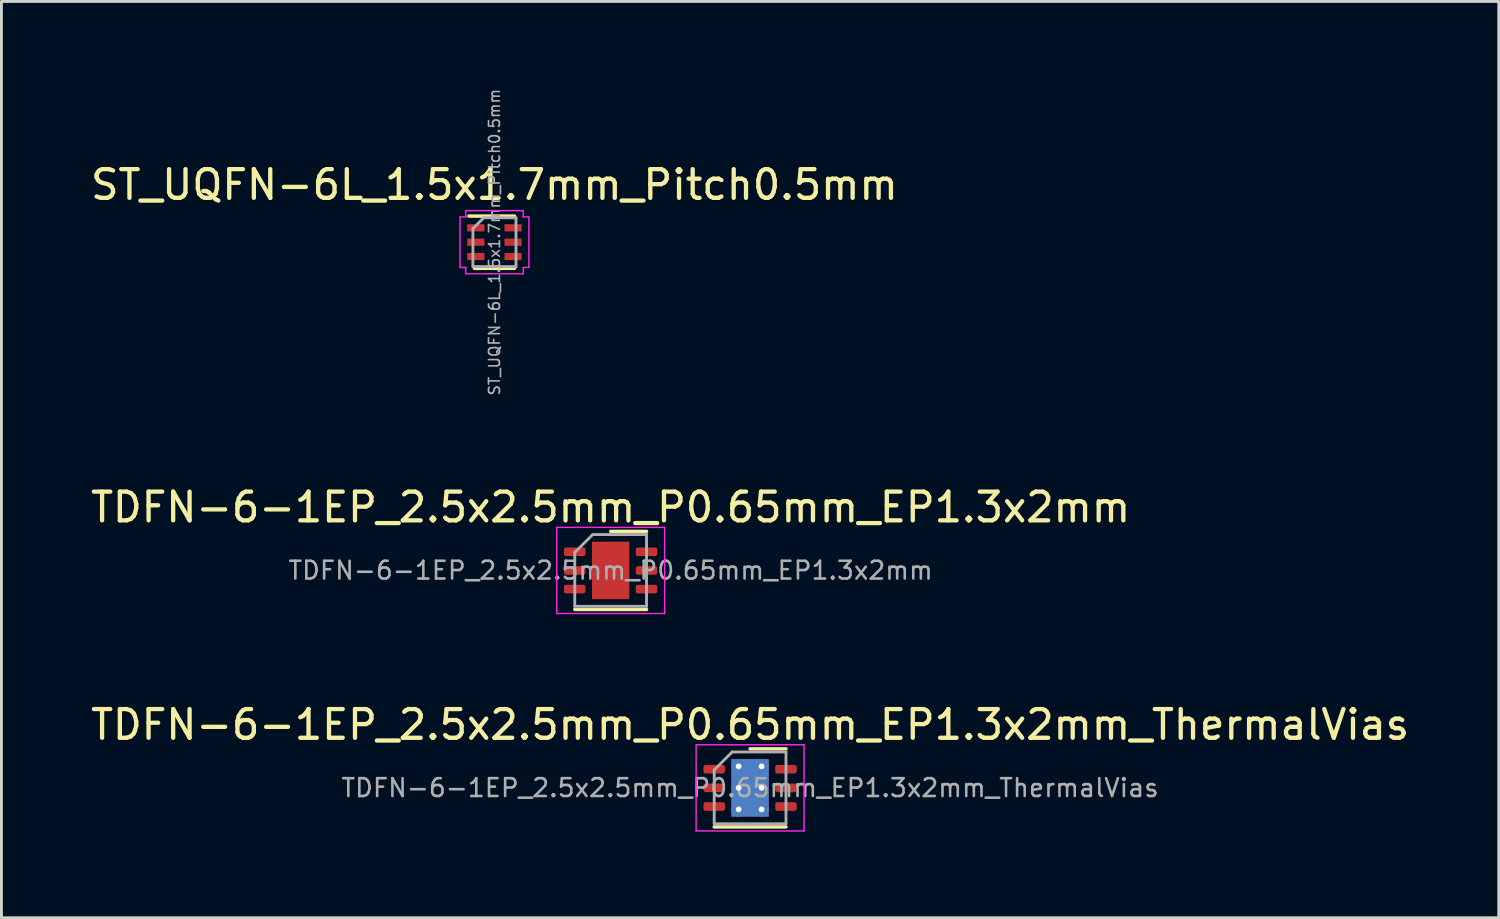
<source format=kicad_pcb>
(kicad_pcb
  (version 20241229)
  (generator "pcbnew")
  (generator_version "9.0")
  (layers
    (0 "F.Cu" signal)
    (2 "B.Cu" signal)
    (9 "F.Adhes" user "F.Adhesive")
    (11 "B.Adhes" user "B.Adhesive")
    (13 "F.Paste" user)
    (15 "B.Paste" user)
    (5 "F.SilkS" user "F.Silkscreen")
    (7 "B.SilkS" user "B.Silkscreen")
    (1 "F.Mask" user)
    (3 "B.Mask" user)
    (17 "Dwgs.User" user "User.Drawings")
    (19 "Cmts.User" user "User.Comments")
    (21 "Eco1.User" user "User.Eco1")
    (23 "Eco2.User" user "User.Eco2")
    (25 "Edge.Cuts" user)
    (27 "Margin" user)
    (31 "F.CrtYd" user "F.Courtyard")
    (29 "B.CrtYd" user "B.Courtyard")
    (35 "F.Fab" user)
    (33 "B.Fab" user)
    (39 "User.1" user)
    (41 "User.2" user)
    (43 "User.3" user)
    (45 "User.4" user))
  (footprint "TDFN-6-1EP_2.5x2.5mm_P0.65mm_EP1.3x2mm"
    (layer "F.Cu")
    (at 18.22 16.819)
    (property "Reference" "TDFN-6-1EP_2.5x2.5mm_P0.65mm_EP1.3x2mm" (at 0 -2.2 0) (layer "F.SilkS") (effects (font (size 1 1) (thickness 0.15))))
    (attr smd)
    (fp_line (start -1.25 1.36) (end 1.25 1.36) (stroke (width 0.12) (type solid)) (layer "F.SilkS"))
    (fp_line (start 0 -1.36) (end 1.25 -1.36) (stroke (width 0.12) (type solid)) (layer "F.SilkS"))
    (fp_line (start -1.88 -1.5) (end -1.88 1.5) (stroke (width 0.05) (type solid)) (layer "F.CrtYd"))
    (fp_line (start -1.88 1.5) (end 1.88 1.5) (stroke (width 0.05) (type solid)) (layer "F.CrtYd"))
    (fp_line (start 1.88 -1.5) (end -1.88 -1.5) (stroke (width 0.05) (type solid)) (layer "F.CrtYd"))
    (fp_line (start 1.88 1.5) (end 1.88 -1.5) (stroke (width 0.05) (type solid)) (layer "F.CrtYd"))
    (fp_line (start -1.25 -0.625) (end -0.625 -1.25) (stroke (width 0.1) (type solid)) (layer "F.Fab"))
    (fp_line (start -1.25 1.25) (end -1.25 -0.625) (stroke (width 0.1) (type solid)) (layer "F.Fab"))
    (fp_line (start -0.625 -1.25) (end 1.25 -1.25) (stroke (width 0.1) (type solid)) (layer "F.Fab"))
    (fp_line (start 1.25 -1.25) (end 1.25 1.25) (stroke (width 0.1) (type solid)) (layer "F.Fab"))
    (fp_line (start 1.25 1.25) (end -1.25 1.25) (stroke (width 0.1) (type solid)) (layer "F.Fab"))
    (fp_text user "${REFERENCE}" (at 0 0 0) (layer "F.Fab") (effects (font (size 0.62 0.62) (thickness 0.09))))
    (pad "" smd roundrect (at -0.325 -0.5) (size 0.52 0.81) (layers "F.Paste") (roundrect_rratio 0.25))
    (pad "" smd roundrect (at -0.325 0.5) (size 0.52 0.81) (layers "F.Paste") (roundrect_rratio 0.25))
    (pad "" smd roundrect (at 0.325 -0.5) (size 0.52 0.81) (layers "F.Paste") (roundrect_rratio 0.25))
    (pad "" smd roundrect (at 0.325 0.5) (size 0.52 0.81) (layers "F.Paste") (roundrect_rratio 0.25))
    (pad "1" smd roundrect (at -1.25 -0.65) (size 0.75 0.3) (layers "F.Cu" "F.Mask" "F.Paste") (roundrect_rratio 0.25))
    (pad "2" smd roundrect (at -1.25 0) (size 0.75 0.3) (layers "F.Cu" "F.Mask" "F.Paste") (roundrect_rratio 0.25))
    (pad "3" smd roundrect (at -1.25 0.65) (size 0.75 0.3) (layers "F.Cu" "F.Mask" "F.Paste") (roundrect_rratio 0.25))
    (pad "4" smd roundrect (at 1.25 0.65) (size 0.75 0.3) (layers "F.Cu" "F.Mask" "F.Paste") (roundrect_rratio 0.25))
    (pad "5" smd roundrect (at 1.25 0) (size 0.75 0.3) (layers "F.Cu" "F.Mask" "F.Paste") (roundrect_rratio 0.25))
    (pad "6" smd roundrect (at 1.25 -0.65) (size 0.75 0.3) (layers "F.Cu" "F.Mask" "F.Paste") (roundrect_rratio 0.25))
    (pad "7" smd rect (at 0 0) (size 1.3 2) (layers "F.Cu" "F.Mask")))
  (footprint "TDFN-6-1EP_2.5x2.5mm_P0.65mm_EP1.3x2mm_ThermalVias"
    (layer "F.Cu")
    (at 23.077 24.393)
    (property "Reference" "TDFN-6-1EP_2.5x2.5mm_P0.65mm_EP1.3x2mm_ThermalVias" (at 0 -2.2 0) (layer "F.SilkS") (effects (font (size 1 1) (thickness 0.15))))
    (attr smd)
    (fp_line (start -1.25 1.36) (end 1.25 1.36) (stroke (width 0.12) (type solid)) (layer "F.SilkS"))
    (fp_line (start 0 -1.36) (end 1.25 -1.36) (stroke (width 0.12) (type solid)) (layer "F.SilkS"))
    (fp_line (start -1.88 -1.5) (end -1.88 1.5) (stroke (width 0.05) (type solid)) (layer "F.CrtYd"))
    (fp_line (start -1.88 1.5) (end 1.88 1.5) (stroke (width 0.05) (type solid)) (layer "F.CrtYd"))
    (fp_line (start 1.88 -1.5) (end -1.88 -1.5) (stroke (width 0.05) (type solid)) (layer "F.CrtYd"))
    (fp_line (start 1.88 1.5) (end 1.88 -1.5) (stroke (width 0.05) (type solid)) (layer "F.CrtYd"))
    (fp_line (start -1.25 -0.625) (end -0.625 -1.25) (stroke (width 0.1) (type solid)) (layer "F.Fab"))
    (fp_line (start -1.25 1.25) (end -1.25 -0.625) (stroke (width 0.1) (type solid)) (layer "F.Fab"))
    (fp_line (start -0.625 -1.25) (end 1.25 -1.25) (stroke (width 0.1) (type solid)) (layer "F.Fab"))
    (fp_line (start 1.25 -1.25) (end 1.25 1.25) (stroke (width 0.1) (type solid)) (layer "F.Fab"))
    (fp_line (start 1.25 1.25) (end -1.25 1.25) (stroke (width 0.1) (type solid)) (layer "F.Fab"))
    (fp_text user "${REFERENCE}" (at 0 0 0) (layer "F.Fab") (effects (font (size 0.62 0.62) (thickness 0.09))))
    (pad "" smd roundrect (at -0.325 -0.5) (size 0.56 0.87) (layers "F.Paste") (roundrect_rratio 0.25))
    (pad "" smd roundrect (at -0.325 0.5) (size 0.56 0.87) (layers "F.Paste") (roundrect_rratio 0.25))
    (pad "" smd roundrect (at 0.325 -0.5) (size 0.56 0.87) (layers "F.Paste") (roundrect_rratio 0.25))
    (pad "" smd roundrect (at 0.325 0.5) (size 0.56 0.87) (layers "F.Paste") (roundrect_rratio 0.25))
    (pad "1" smd roundrect (at -1.25 -0.65) (size 0.75 0.3) (layers "F.Cu" "F.Mask" "F.Paste") (roundrect_rratio 0.25))
    (pad "2" smd roundrect (at -1.25 0) (size 0.75 0.3) (layers "F.Cu" "F.Mask" "F.Paste") (roundrect_rratio 0.25))
    (pad "3" smd roundrect (at -1.25 0.65) (size 0.75 0.3) (layers "F.Cu" "F.Mask" "F.Paste") (roundrect_rratio 0.25))
    (pad "4" smd roundrect (at 1.25 0.65) (size 0.75 0.3) (layers "F.Cu" "F.Mask" "F.Paste") (roundrect_rratio 0.25))
    (pad "5" smd roundrect (at 1.25 0) (size 0.75 0.3) (layers "F.Cu" "F.Mask" "F.Paste") (roundrect_rratio 0.25))
    (pad "6" smd roundrect (at 1.25 -0.65) (size 0.75 0.3) (layers "F.Cu" "F.Mask" "F.Paste") (roundrect_rratio 0.25))
    (pad "7" thru_hole circle (at -0.4 -0.75) (size 0.5 0.5) (drill 0.2) (layers "*.Cu"))
    (pad "7" thru_hole circle (at -0.4 0) (size 0.5 0.5) (drill 0.2) (layers "*.Cu"))
    (pad "7" thru_hole circle (at -0.4 0.75) (size 0.5 0.5) (drill 0.2) (layers "*.Cu"))
    (pad "7" smd rect (at 0 0) (size 1.3 2) (layers "F.Cu" "F.Mask"))
    (pad "7" smd rect (at 0 0) (size 1.3 2) (layers "B.Cu"))
    (pad "7" thru_hole circle (at 0.4 -0.75) (size 0.5 0.5) (drill 0.2) (layers "*.Cu"))
    (pad "7" thru_hole circle (at 0.4 0) (size 0.5 0.5) (drill 0.2) (layers "*.Cu"))
    (pad "7" thru_hole circle (at 0.4 0.75) (size 0.5 0.5) (drill 0.2) (layers "*.Cu")))
  (footprint "ST_UQFN-6L_1.5x1.7mm_Pitch0.5mm"
    (layer "F.Cu")
    (at 14.173 5.386)
    (property "Reference" "ST_UQFN-6L_1.5x1.7mm_Pitch0.5mm" (at 0 -2 0) (layer "F.SilkS") (effects (font (size 1 1) (thickness 0.15))))
    (attr smd)
    (fp_line (start 0.7 -0.91) (end -0.89 -0.91) (stroke (width 0.12) (type solid)) (layer "F.SilkS"))
    (fp_line (start 0.7 0.91) (end -0.7 0.91) (stroke (width 0.12) (type solid)) (layer "F.SilkS"))
    (fp_line (start -1.2 0.88) (end -1.2 -0.88) (stroke (width 0.05) (type solid)) (layer "F.CrtYd"))
    (fp_line (start -1 -1.1) (end -1 -0.88) (stroke (width 0.05) (type solid)) (layer "F.CrtYd"))
    (fp_line (start -1 -0.88) (end -1.2 -0.88) (stroke (width 0.05) (type solid)) (layer "F.CrtYd"))
    (fp_line (start -1 0.88) (end -1.2 0.88) (stroke (width 0.05) (type solid)) (layer "F.CrtYd"))
    (fp_line (start -1 1.1) (end -1 0.88) (stroke (width 0.05) (type solid)) (layer "F.CrtYd"))
    (fp_line (start 1 -1.1) (end -1 -1.1) (stroke (width 0.05) (type solid)) (layer "F.CrtYd"))
    (fp_line (start 1 -1.1) (end 1 -0.88) (stroke (width 0.05) (type solid)) (layer "F.CrtYd"))
    (fp_line (start 1 -0.88) (end 1.2 -0.88) (stroke (width 0.05) (type solid)) (layer "F.CrtYd"))
    (fp_line (start 1 0.88) (end 1.2 0.88) (stroke (width 0.05) (type solid)) (layer "F.CrtYd"))
    (fp_line (start 1 1.1) (end -1 1.1) (stroke (width 0.05) (type solid)) (layer "F.CrtYd"))
    (fp_line (start 1 1.1) (end 1 0.88) (stroke (width 0.05) (type solid)) (layer "F.CrtYd"))
    (fp_line (start 1.2 0.88) (end 1.2 -0.88) (stroke (width 0.05) (type solid)) (layer "F.CrtYd"))
    (fp_line (start -0.75 0.85) (end -0.75 -0.475) (stroke (width 0.1) (type solid)) (layer "F.Fab"))
    (fp_line (start -0.375 -0.85) (end -0.75 -0.475) (stroke (width 0.1) (type solid)) (layer "F.Fab"))
    (fp_line (start 0.75 -0.85) (end -0.375 -0.85) (stroke (width 0.1) (type solid)) (layer "F.Fab"))
    (fp_line (start 0.75 -0.85) (end 0.75 0.85) (stroke (width 0.1) (type solid)) (layer "F.Fab"))
    (fp_line (start 0.75 0.85) (end -0.75 0.85) (stroke (width 0.1) (type solid)) (layer "F.Fab"))
    (fp_text user "${REFERENCE}" (at 0 0 90) (layer "F.Fab") (effects (font (size 0.38 0.38) (thickness 0.057))))
    (pad "1" smd rect (at -0.65 -0.5) (size 0.6 0.25) (layers "F.Cu" "F.Mask" "F.Paste"))
    (pad "2" smd rect (at -0.65 0) (size 0.6 0.25) (layers "F.Cu" "F.Mask" "F.Paste"))
    (pad "3" smd rect (at -0.65 0.5) (size 0.6 0.25) (layers "F.Cu" "F.Mask" "F.Paste"))
    (pad "4" smd rect (at 0.65 0.5) (size 0.6 0.25) (layers "F.Cu" "F.Mask" "F.Paste"))
    (pad "5" smd rect (at 0.65 0) (size 0.6 0.25) (layers "F.Cu" "F.Mask" "F.Paste"))
    (pad "6" smd rect (at 0.65 -0.5) (size 0.6 0.25) (layers "F.Cu" "F.Mask" "F.Paste")))
  (gr_rect
    (start -3 -3)
    (end 49.155 28.918)
    (stroke (width 0.1) (type default))
    (fill no)
    (layer "Edge.Cuts")))
</source>
